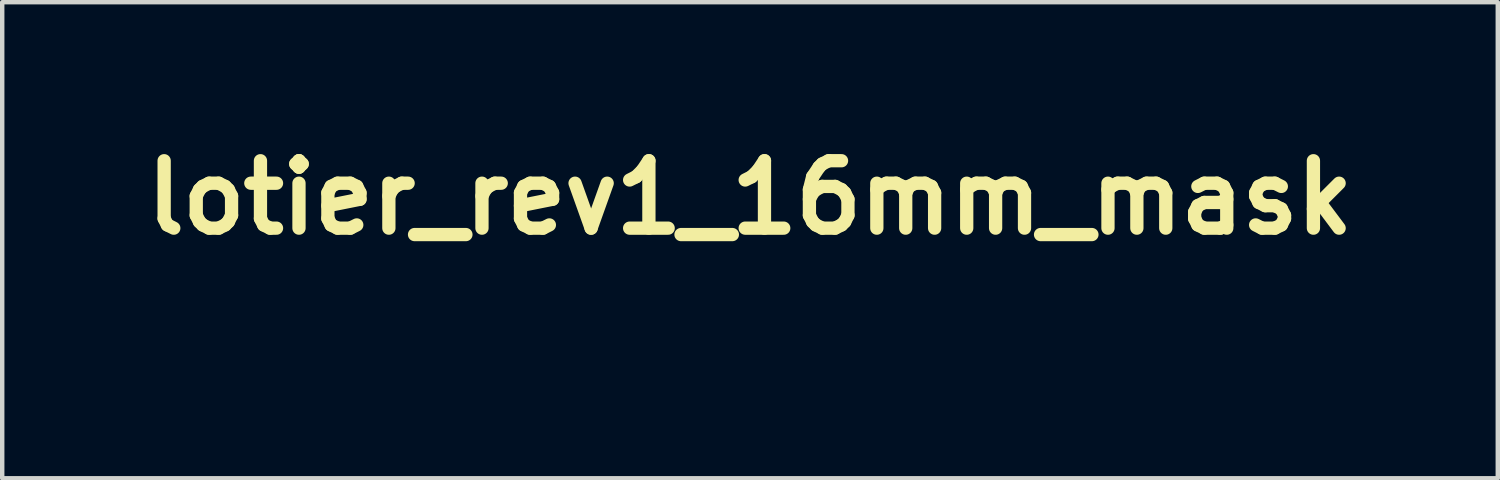
<source format=kicad_pcb>
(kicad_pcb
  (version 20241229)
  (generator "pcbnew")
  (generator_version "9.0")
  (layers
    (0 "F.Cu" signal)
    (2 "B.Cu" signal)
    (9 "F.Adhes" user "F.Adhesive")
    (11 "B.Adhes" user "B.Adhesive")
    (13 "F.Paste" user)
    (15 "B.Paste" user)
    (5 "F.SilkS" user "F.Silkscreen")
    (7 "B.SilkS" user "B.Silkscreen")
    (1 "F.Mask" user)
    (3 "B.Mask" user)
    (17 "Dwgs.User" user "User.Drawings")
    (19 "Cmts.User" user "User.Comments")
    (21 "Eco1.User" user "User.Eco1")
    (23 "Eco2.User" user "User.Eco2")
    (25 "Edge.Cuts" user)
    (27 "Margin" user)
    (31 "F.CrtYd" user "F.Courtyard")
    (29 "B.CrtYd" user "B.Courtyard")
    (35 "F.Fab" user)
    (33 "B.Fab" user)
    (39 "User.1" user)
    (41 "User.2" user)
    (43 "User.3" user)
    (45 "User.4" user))
  (footprint "lotier_rev1_16mm_mask"
    (layer "F.Cu")
    (at 13.905 1.418)
    (property "Reference" "lotier_rev1_16mm_mask" (at 0 0 180) (layer "F.SilkS") (effects (font (size 1.524 1.524) (thickness 0.3))))
    (attr through_hole)
    (fp_text user "lotier 2021 - rev 1.0" (at 0 1.27 0) (layer "F.Mask") (effects (font (size 1 0.75) (thickness 0.125))))
    (fp_text user "adapted from coseyfannitutti" (at 0 2.54 0) (layer "F.Mask") (effects (font (size 1 0.5) (thickness 0.125)))))
  (gr_rect
    (start -3 -3)
    (end 30.809 7.762)
    (stroke (width 0.1) (type default))
    (fill no)
    (layer "Edge.Cuts")))
</source>
